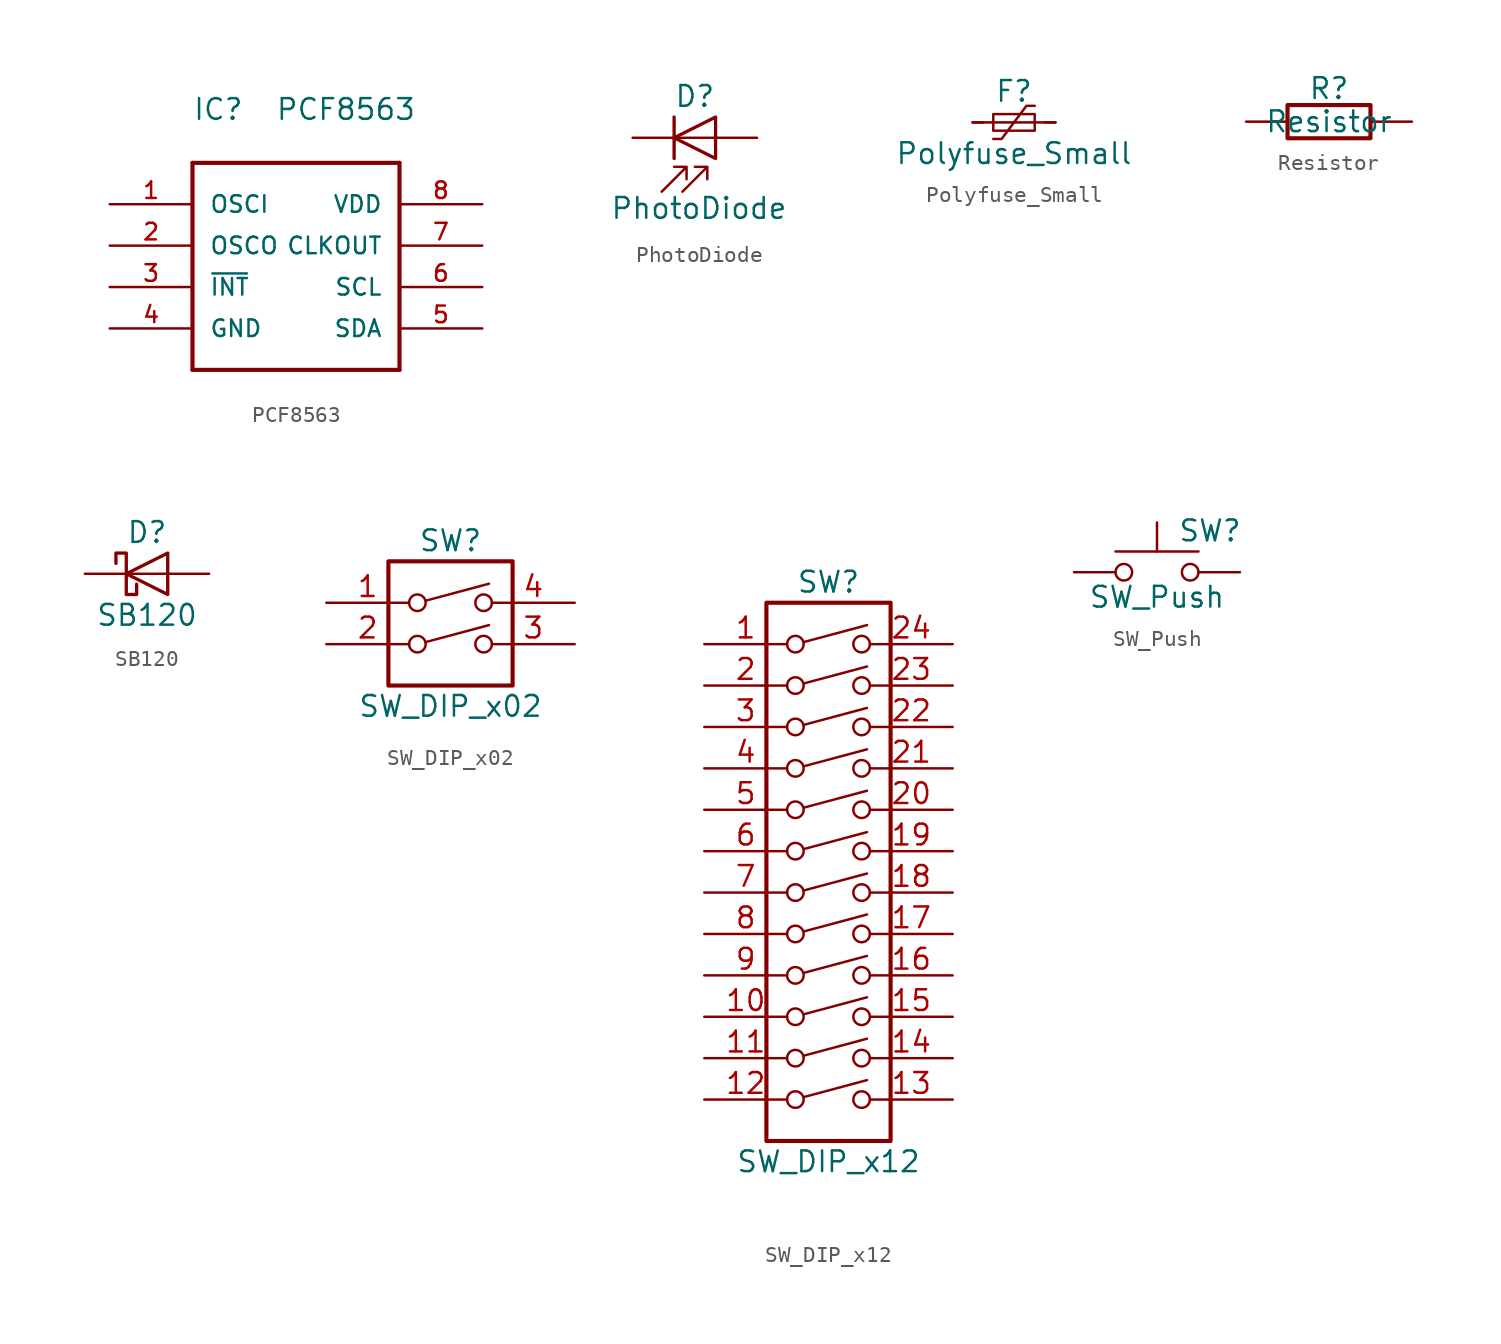
<source format=kicad_sym>
(kicad_symbol_lib
  (version 20220914)
  (generator kicad_symbol_editor)
  (symbol "PCF8563"
    (pin_names
      (offset 1.016))
    (property "Reference" "IC"
      (at 0 2.54 0)
      (effects (font (size 1.27 1.27)) (justify left bottom)))
    (property "Value" "PCF8563"
      (at 5.08 2.54 0)
      (effects (font (size 1.27 1.27)) (justify left bottom)))
    (symbol "PCF8563_1_0"
      (polyline (pts (xy 0 -12.7) (xy 0 0)) (stroke (width 0.254) (type solid)) (fill (type none)))
      (polyline (pts (xy 0 0) (xy 12.7 0)) (stroke (width 0.254) (type solid)) (fill (type none)))
      (polyline (pts (xy 12.7 -12.7) (xy 0 -12.7)) (stroke (width 0.254) (type solid)) (fill (type none)))
      (polyline (pts (xy 12.7 0) (xy 12.7 -12.7)) (stroke (width 0.254) (type solid)) (fill (type none))))
    (symbol "PCF8563_1_1"
      (pin input line (at -5.08 -2.54 0) (length 5.08) (name "OSCI" (effects (font (size 1.016 1.016)))) (number "1" (effects (font (size 1.016 1.016)))))
      (pin output line (at -5.08 -5.08 0) (length 5.08) (name "OSCO" (effects (font (size 1.016 1.016)))) (number "2" (effects (font (size 1.016 1.016)))))
      (pin open_collector line (at -5.08 -7.62 0) (length 5.08) (name "~{INT}" (effects (font (size 1.016 1.016)))) (number "3" (effects (font (size 1.016 1.016)))))
      (pin power_in line (at -5.08 -10.16 0) (length 5.08) (name "GND" (effects (font (size 1.016 1.016)))) (number "4" (effects (font (size 1.016 1.016)))))
      (pin bidirectional line (at 17.78 -10.16 180) (length 5.08) (name "SDA" (effects (font (size 1.016 1.016)))) (number "5" (effects (font (size 1.016 1.016)))))
      (pin input line (at 17.78 -7.62 180) (length 5.08) (name "SCL" (effects (font (size 1.016 1.016)))) (number "6" (effects (font (size 1.016 1.016)))))
      (pin output line (at 17.78 -5.08 180) (length 5.08) (name "CLKOUT" (effects (font (size 1.016 1.016)))) (number "7" (effects (font (size 1.016 1.016)))))
      (pin power_in line (at 17.78 -2.54 180) (length 5.08) (name "VDD" (effects (font (size 1.016 1.016)))) (number "8" (effects (font (size 1.016 1.016)))))))
  (symbol "PhotoDiode"
    (pin_numbers hide)
    (pin_names
      (offset 1.016) hide)
    (property "Reference" "D"
      (at 3.81 2.54 0)
      (effects (font (size 1.27 1.27))))
    (property "Value" "PhotoDiode"
      (at 4.064 -4.318 0)
      (effects (font (size 1.27 1.27))))
    (symbol "PhotoDiode_0_1"
      (polyline (pts (xy 2.54 -1.27) (xy 2.54 1.27)) (stroke (width 0.203) (type solid)) (fill (type none)))
      (polyline (pts (xy 2.54 0) (xy 5.08 0)) (stroke (width 0) (type solid)) (fill (type none)))
      (polyline (pts (xy 5.08 -1.27) (xy 5.08 1.27) (xy 2.54 0) (xy 5.08 -1.27)) (stroke (width 0.203) (type solid)) (fill (type none)))
      (polyline (pts (xy 1.778 -3.302) (xy 3.302 -1.778) (xy 2.54 -1.778) (xy 3.302 -1.778) (xy 3.302 -2.54)) (stroke (width 0) (type solid)) (fill (type none)))
      (polyline (pts (xy 3.048 -3.302) (xy 4.572 -1.778) (xy 3.81 -1.778) (xy 4.572 -1.778) (xy 4.572 -2.54)) (stroke (width 0) (type solid)) (fill (type none))))
    (symbol "PhotoDiode_1_1"
      (pin passive line (at 0 0 0) (length 2.54) (name "K" (effects (font (size 1.27 1.27)))) (number "1" (effects (font (size 1.27 1.27)))))
      (pin passive line (at 7.62 0 180) (length 2.54) (name "A" (effects (font (size 1.27 1.27)))) (number "2" (effects (font (size 1.27 1.27)))))))
  (symbol "Polyfuse_Small"
    (pin_numbers hide)
    (pin_names
      (offset 0))
    (property "Reference" "F"
      (at 2.54 1.905 0)
      (effects (font (size 1.27 1.27))))
    (property "Value" "Polyfuse_Small"
      (at 2.54 -1.905 0)
      (effects (font (size 1.27 1.27))))
    (symbol "Polyfuse_Small_0_1"
      (polyline (pts (xy 5.08 0) (xy 0 0)) (stroke (width 0) (type solid)) (fill (type none)))
      (polyline (pts (xy 3.81 1.016) (xy 3.302 1.016) (xy 1.778 -1.016) (xy 1.27 -1.016)) (stroke (width 0) (type solid)) (fill (type none)))
      (rectangle (start 3.81 0.508) (end 1.27 -0.508) (stroke (width 0) (type solid)) (fill (type none))))
    (symbol "Polyfuse_Small_1_1"
      (pin passive line (at 5.08 0 180) (length 0.635) (name "~" (effects (font (size 1.27 1.27)))) (number "1" (effects (font (size 1.27 1.27)))))
      (pin passive line (at 0 0 0) (length 0.635) (name "~" (effects (font (size 1.27 1.27)))) (number "2" (effects (font (size 1.27 1.27)))))))
  (symbol "Resistor"
    (pin_numbers hide)
    (pin_names
      (offset 0))
    (property "Reference" "R"
      (at 0 2.032 0)
      (effects (font (size 1.27 1.27))))
    (property "Value" "Resistor"
      (at 0 0 0)
      (effects (font (size 1.27 1.27))))
    (symbol "Resistor_0_1"
      (rectangle (start 2.54 -1.016) (end -2.54 1.016) (stroke (width 0.254) (type solid)) (fill (type none))))
    (symbol "Resistor_1_1"
      (pin passive line (at -5.08 0 0) (length 2.54) (name "~" (effects (font (size 1.27 1.27)))) (number "1" (effects (font (size 1.27 1.27)))))
      (pin passive line (at 5.08 0 180) (length 2.54) (name "~" (effects (font (size 1.27 1.27)))) (number "2" (effects (font (size 1.27 1.27)))))))
  (symbol "SB120"
    (pin_numbers hide)
    (pin_names
      (offset 1.016) hide)
    (property "Reference" "D"
      (at 3.81 2.54 0)
      (effects (font (size 1.27 1.27))))
    (property "Value" "SB120"
      (at 3.81 -2.54 0)
      (effects (font (size 1.27 1.27))))
    (symbol "SB120_0_1"
      (polyline (pts (xy 5.08 0) (xy 2.54 0)) (stroke (width 0) (type solid)) (fill (type none)))
      (polyline (pts (xy 5.08 1.27) (xy 5.08 -1.27) (xy 2.54 0) (xy 5.08 1.27)) (stroke (width 0.203) (type solid)) (fill (type none)))
      (polyline (pts (xy 1.905 0.635) (xy 1.905 1.27) (xy 2.54 1.27) (xy 2.54 -1.27) (xy 3.175 -1.27) (xy 3.175 -0.635)) (stroke (width 0.203) (type solid)) (fill (type none))))
    (symbol "SB120_1_1"
      (pin passive line (at 0 0 0) (length 2.54) (name "K" (effects (font (size 1.27 1.27)))) (number "1" (effects (font (size 1.27 1.27)))))
      (pin passive line (at 7.62 0 180) (length 2.54) (name "A" (effects (font (size 1.27 1.27)))) (number "2" (effects (font (size 1.27 1.27)))))))
  (symbol "SW_DIP_x02"
    (pin_names
      (offset 0) hide)
    (property "Reference" "SW"
      (at 0 6.35 0)
      (effects (font (size 1.27 1.27))))
    (property "Value" "SW_DIP_x02"
      (at 0 -3.81 0)
      (effects (font (size 1.27 1.27))))
    (symbol "SW_DIP_x02_0_0"
      (circle (center -2.032 0) (radius 0.508) (stroke (width 0) (type solid)) (fill (type none)))
      (circle (center -2.032 2.54) (radius 0.508) (stroke (width 0) (type solid)) (fill (type none)))
      (polyline (pts (xy -1.524 0.127) (xy 2.362 1.168)) (stroke (width 0) (type solid)) (fill (type none)))
      (polyline (pts (xy -1.524 2.667) (xy 2.362 3.708)) (stroke (width 0) (type solid)) (fill (type none)))
      (circle (center 2.032 0) (radius 0.508) (stroke (width 0) (type solid)) (fill (type none)))
      (circle (center 2.032 2.54) (radius 0.508) (stroke (width 0) (type solid)) (fill (type none))))
    (symbol "SW_DIP_x02_0_1"
      (rectangle (start -3.81 5.08) (end 3.81 -2.54) (stroke (width 0.254) (type solid)) (fill (type none))))
    (symbol "SW_DIP_x02_1_1"
      (pin passive line (at -7.62 2.54 0) (length 5.08) (name "~" (effects (font (size 1.27 1.27)))) (number "1" (effects (font (size 1.27 1.27)))))
      (pin passive line (at -7.62 0 0) (length 5.08) (name "~" (effects (font (size 1.27 1.27)))) (number "2" (effects (font (size 1.27 1.27)))))
      (pin passive line (at 7.62 0 180) (length 5.08) (name "~" (effects (font (size 1.27 1.27)))) (number "3" (effects (font (size 1.27 1.27)))))
      (pin passive line (at 7.62 2.54 180) (length 5.08) (name "~" (effects (font (size 1.27 1.27)))) (number "4" (effects (font (size 1.27 1.27)))))))
  (symbol "SW_DIP_x12"
    (pin_names
      (offset 0) hide)
    (property "Reference" "SW"
      (at 0 19.05 0)
      (effects (font (size 1.27 1.27))))
    (property "Value" "SW_DIP_x12"
      (at 0 -16.51 0)
      (effects (font (size 1.27 1.27))))
    (symbol "SW_DIP_x12_0_0"
      (circle (center -2.032 -12.7) (radius 0.508) (stroke (width 0) (type solid)) (fill (type none)))
      (circle (center -2.032 -10.16) (radius 0.508) (stroke (width 0) (type solid)) (fill (type none)))
      (circle (center -2.032 -7.62) (radius 0.508) (stroke (width 0) (type solid)) (fill (type none)))
      (circle (center -2.032 -5.08) (radius 0.508) (stroke (width 0) (type solid)) (fill (type none)))
      (circle (center -2.032 -2.54) (radius 0.508) (stroke (width 0) (type solid)) (fill (type none)))
      (circle (center -2.032 0) (radius 0.508) (stroke (width 0) (type solid)) (fill (type none)))
      (circle (center -2.032 2.54) (radius 0.508) (stroke (width 0) (type solid)) (fill (type none)))
      (circle (center -2.032 5.08) (radius 0.508) (stroke (width 0) (type solid)) (fill (type none)))
      (circle (center -2.032 7.62) (radius 0.508) (stroke (width 0) (type solid)) (fill (type none)))
      (circle (center -2.032 10.16) (radius 0.508) (stroke (width 0) (type solid)) (fill (type none)))
      (circle (center -2.032 12.7) (radius 0.508) (stroke (width 0) (type solid)) (fill (type none)))
      (circle (center -2.032 15.24) (radius 0.508) (stroke (width 0) (type solid)) (fill (type none)))
      (polyline (pts (xy -1.524 -12.548) (xy 2.362 -11.506)) (stroke (width 0) (type solid)) (fill (type none)))
      (polyline (pts (xy -1.524 -10.008) (xy 2.362 -8.966)) (stroke (width 0) (type solid)) (fill (type none)))
      (polyline (pts (xy -1.524 -7.468) (xy 2.362 -6.426)) (stroke (width 0) (type solid)) (fill (type none)))
      (polyline (pts (xy -1.524 -4.928) (xy 2.362 -3.886)) (stroke (width 0) (type solid)) (fill (type none)))
      (polyline (pts (xy -1.524 -2.388) (xy 2.362 -1.346)) (stroke (width 0) (type solid)) (fill (type none)))
      (polyline (pts (xy -1.524 0.127) (xy 2.362 1.168)) (stroke (width 0) (type solid)) (fill (type none)))
      (polyline (pts (xy -1.524 2.667) (xy 2.362 3.708)) (stroke (width 0) (type solid)) (fill (type none)))
      (polyline (pts (xy -1.524 5.207) (xy 2.362 6.248)) (stroke (width 0) (type solid)) (fill (type none)))
      (polyline (pts (xy -1.524 7.747) (xy 2.362 8.788)) (stroke (width 0) (type solid)) (fill (type none)))
      (polyline (pts (xy -1.524 10.287) (xy 2.362 11.328)) (stroke (width 0) (type solid)) (fill (type none)))
      (polyline (pts (xy -1.524 12.827) (xy 2.362 13.868)) (stroke (width 0) (type solid)) (fill (type none)))
      (polyline (pts (xy -1.524 15.367) (xy 2.362 16.408)) (stroke (width 0) (type solid)) (fill (type none)))
      (circle (center 2.032 -12.7) (radius 0.508) (stroke (width 0) (type solid)) (fill (type none)))
      (circle (center 2.032 -10.16) (radius 0.508) (stroke (width 0) (type solid)) (fill (type none)))
      (circle (center 2.032 -7.62) (radius 0.508) (stroke (width 0) (type solid)) (fill (type none)))
      (circle (center 2.032 -5.08) (radius 0.508) (stroke (width 0) (type solid)) (fill (type none)))
      (circle (center 2.032 -2.54) (radius 0.508) (stroke (width 0) (type solid)) (fill (type none)))
      (circle (center 2.032 0) (radius 0.508) (stroke (width 0) (type solid)) (fill (type none)))
      (circle (center 2.032 2.54) (radius 0.508) (stroke (width 0) (type solid)) (fill (type none)))
      (circle (center 2.032 5.08) (radius 0.508) (stroke (width 0) (type solid)) (fill (type none)))
      (circle (center 2.032 7.62) (radius 0.508) (stroke (width 0) (type solid)) (fill (type none)))
      (circle (center 2.032 10.16) (radius 0.508) (stroke (width 0) (type solid)) (fill (type none)))
      (circle (center 2.032 12.7) (radius 0.508) (stroke (width 0) (type solid)) (fill (type none)))
      (circle (center 2.032 15.24) (radius 0.508) (stroke (width 0) (type solid)) (fill (type none))))
    (symbol "SW_DIP_x12_0_1"
      (rectangle (start -3.81 17.78) (end 3.81 -15.24) (stroke (width 0.254) (type solid)) (fill (type none))))
    (symbol "SW_DIP_x12_1_1"
      (pin passive line (at -7.62 15.24 0) (length 5.08) (name "~" (effects (font (size 1.27 1.27)))) (number "1" (effects (font (size 1.27 1.27)))))
      (pin passive line (at -7.62 -7.62 0) (length 5.08) (name "~" (effects (font (size 1.27 1.27)))) (number "10" (effects (font (size 1.27 1.27)))))
      (pin passive line (at -7.62 -10.16 0) (length 5.08) (name "~" (effects (font (size 1.27 1.27)))) (number "11" (effects (font (size 1.27 1.27)))))
      (pin passive line (at -7.62 -12.7 0) (length 5.08) (name "~" (effects (font (size 1.27 1.27)))) (number "12" (effects (font (size 1.27 1.27)))))
      (pin passive line (at 7.62 -12.7 180) (length 5.08) (name "~" (effects (font (size 1.27 1.27)))) (number "13" (effects (font (size 1.27 1.27)))))
      (pin passive line (at 7.62 -10.16 180) (length 5.08) (name "~" (effects (font (size 1.27 1.27)))) (number "14" (effects (font (size 1.27 1.27)))))
      (pin passive line (at 7.62 -7.62 180) (length 5.08) (name "~" (effects (font (size 1.27 1.27)))) (number "15" (effects (font (size 1.27 1.27)))))
      (pin passive line (at 7.62 -5.08 180) (length 5.08) (name "~" (effects (font (size 1.27 1.27)))) (number "16" (effects (font (size 1.27 1.27)))))
      (pin passive line (at 7.62 -2.54 180) (length 5.08) (name "~" (effects (font (size 1.27 1.27)))) (number "17" (effects (font (size 1.27 1.27)))))
      (pin passive line (at 7.62 0 180) (length 5.08) (name "~" (effects (font (size 1.27 1.27)))) (number "18" (effects (font (size 1.27 1.27)))))
      (pin passive line (at 7.62 2.54 180) (length 5.08) (name "~" (effects (font (size 1.27 1.27)))) (number "19" (effects (font (size 1.27 1.27)))))
      (pin passive line (at -7.62 12.7 0) (length 5.08) (name "~" (effects (font (size 1.27 1.27)))) (number "2" (effects (font (size 1.27 1.27)))))
      (pin passive line (at 7.62 5.08 180) (length 5.08) (name "~" (effects (font (size 1.27 1.27)))) (number "20" (effects (font (size 1.27 1.27)))))
      (pin passive line (at 7.62 7.62 180) (length 5.08) (name "~" (effects (font (size 1.27 1.27)))) (number "21" (effects (font (size 1.27 1.27)))))
      (pin passive line (at 7.62 10.16 180) (length 5.08) (name "~" (effects (font (size 1.27 1.27)))) (number "22" (effects (font (size 1.27 1.27)))))
      (pin passive line (at 7.62 12.7 180) (length 5.08) (name "~" (effects (font (size 1.27 1.27)))) (number "23" (effects (font (size 1.27 1.27)))))
      (pin passive line (at 7.62 15.24 180) (length 5.08) (name "~" (effects (font (size 1.27 1.27)))) (number "24" (effects (font (size 1.27 1.27)))))
      (pin passive line (at -7.62 10.16 0) (length 5.08) (name "~" (effects (font (size 1.27 1.27)))) (number "3" (effects (font (size 1.27 1.27)))))
      (pin passive line (at -7.62 7.62 0) (length 5.08) (name "~" (effects (font (size 1.27 1.27)))) (number "4" (effects (font (size 1.27 1.27)))))
      (pin passive line (at -7.62 5.08 0) (length 5.08) (name "~" (effects (font (size 1.27 1.27)))) (number "5" (effects (font (size 1.27 1.27)))))
      (pin passive line (at -7.62 2.54 0) (length 5.08) (name "~" (effects (font (size 1.27 1.27)))) (number "6" (effects (font (size 1.27 1.27)))))
      (pin passive line (at -7.62 0 0) (length 5.08) (name "~" (effects (font (size 1.27 1.27)))) (number "7" (effects (font (size 1.27 1.27)))))
      (pin passive line (at -7.62 -2.54 0) (length 5.08) (name "~" (effects (font (size 1.27 1.27)))) (number "8" (effects (font (size 1.27 1.27)))))
      (pin passive line (at -7.62 -5.08 0) (length 5.08) (name "~" (effects (font (size 1.27 1.27)))) (number "9" (effects (font (size 1.27 1.27)))))))
  (symbol "SW_Push"
    (pin_numbers hide)
    (pin_names
      (offset 1.016) hide)
    (property "Reference" "SW"
      (at 6.35 2.54 0)
      (effects (font (size 1.27 1.27)) (justify left)))
    (property "Value" "SW_Push"
      (at 5.08 -1.524 0)
      (effects (font (size 1.27 1.27))))
    (symbol "SW_Push_0_1"
      (polyline (pts (xy 5.08 1.27) (xy 5.08 3.048)) (stroke (width 0) (type solid)) (fill (type none)))
      (polyline (pts (xy 7.62 1.27) (xy 2.54 1.27)) (stroke (width 0) (type solid)) (fill (type none)))
      (circle (center 3.048 0) (radius 0.508) (stroke (width 0) (type solid)) (fill (type none)))
      (circle (center 7.112 0) (radius 0.508) (stroke (width 0) (type solid)) (fill (type none)))
      (pin passive line (at 0 0 0) (length 2.54) (name "1" (effects (font (size 1.27 1.27)))) (number "1" (effects (font (size 1.27 1.27)))))
      (pin passive line (at 10.16 0 180) (length 2.54) (name "2" (effects (font (size 1.27 1.27)))) (number "2" (effects (font (size 1.27 1.27))))))))
</source>
